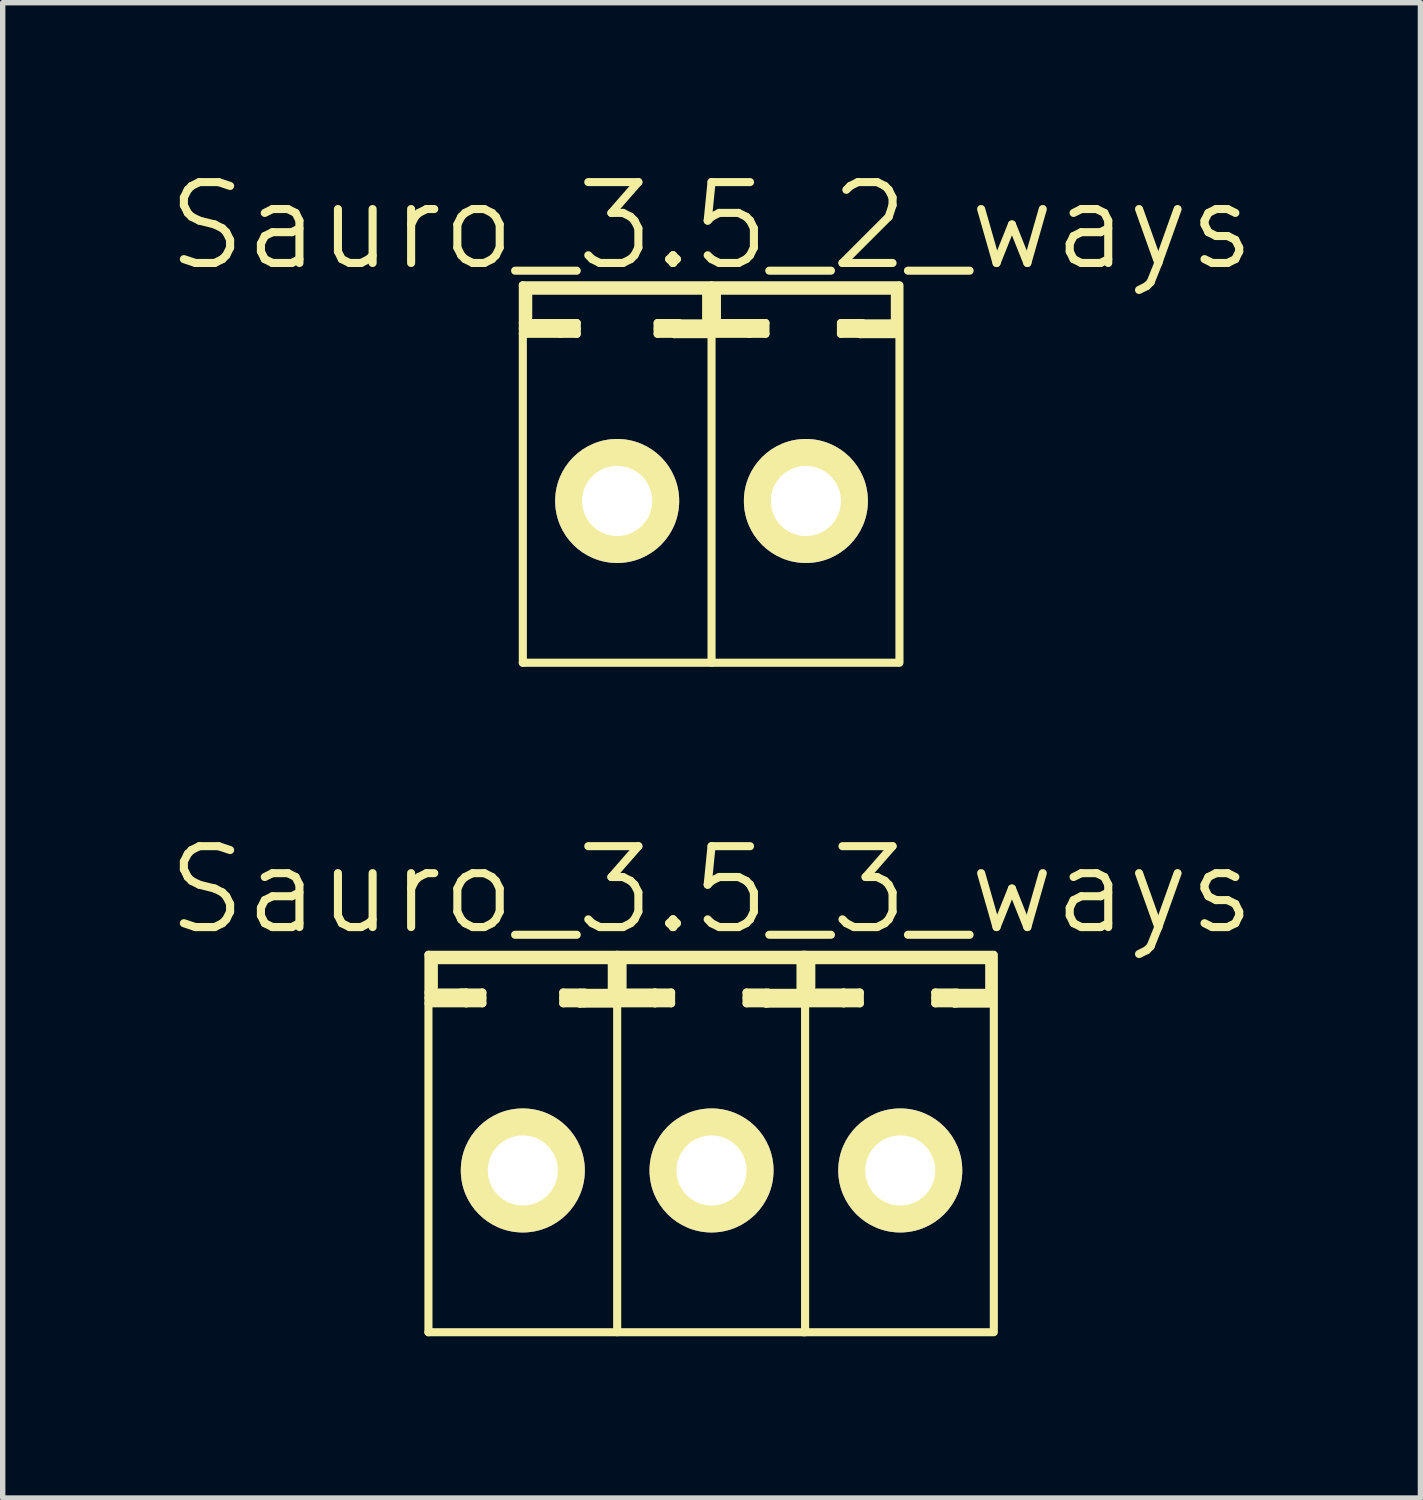
<source format=kicad_pcb>
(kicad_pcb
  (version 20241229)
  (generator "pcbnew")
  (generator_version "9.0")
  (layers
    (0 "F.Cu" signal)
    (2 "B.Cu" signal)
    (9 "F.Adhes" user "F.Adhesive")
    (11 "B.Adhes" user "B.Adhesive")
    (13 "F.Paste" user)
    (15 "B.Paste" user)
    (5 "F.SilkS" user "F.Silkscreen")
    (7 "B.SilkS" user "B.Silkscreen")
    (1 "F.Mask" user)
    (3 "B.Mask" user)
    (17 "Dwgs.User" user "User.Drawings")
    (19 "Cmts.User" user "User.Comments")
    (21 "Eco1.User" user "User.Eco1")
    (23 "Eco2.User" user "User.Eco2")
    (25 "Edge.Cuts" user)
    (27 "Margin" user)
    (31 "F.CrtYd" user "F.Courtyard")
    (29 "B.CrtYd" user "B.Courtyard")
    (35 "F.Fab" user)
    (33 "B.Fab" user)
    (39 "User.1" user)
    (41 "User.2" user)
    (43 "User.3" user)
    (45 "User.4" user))
  (footprint "Sauro_3.5_3_ways"
    (layer "F.Cu")
    (at 10.146 18.657)
    (property "Reference" "Sauro_3.5_3_ways" (at 0 -5.2 0) (layer "F.SilkS") (effects (font (size 1.5 1.5) (thickness 0.15))))
    (attr through_hole)
    (fp_line (start -5.25 -4) (end 1.71 -4) (stroke (width 0.15) (type solid)) (layer "F.SilkS"))
    (fp_line (start -5.25 -3.2) (end -4.55 -3.2) (stroke (width 0.15) (type solid)) (layer "F.SilkS"))
    (fp_line (start -5.25 -3.1) (end -4.55 -3.1) (stroke (width 0.15) (type solid)) (layer "F.SilkS"))
    (fp_line (start -5.25 3) (end -5.25 -4) (stroke (width 0.15) (type solid)) (layer "F.SilkS"))
    (fp_line (start -5.25 3) (end 1.71 3) (stroke (width 0.15) (type solid)) (layer "F.SilkS"))
    (fp_line (start -5.15 -3.9) (end -1.85 -3.9) (stroke (width 0.15) (type solid)) (layer "F.SilkS"))
    (fp_line (start -5.15 -3.4) (end -5.15 -3.9) (stroke (width 0.15) (type solid)) (layer "F.SilkS"))
    (fp_line (start -4.65 -3.3) (end -4.25 -3.3) (stroke (width 0.15) (type solid)) (layer "F.SilkS"))
    (fp_line (start -4.55 -3.3) (end -5.25 -3.3) (stroke (width 0.15) (type solid)) (layer "F.SilkS"))
    (fp_line (start -4.55 -3.2) (end -4.25 -3.2) (stroke (width 0.15) (type solid)) (layer "F.SilkS"))
    (fp_line (start -4.55 -3.1) (end -4.55 -3.3) (stroke (width 0.15) (type solid)) (layer "F.SilkS"))
    (fp_line (start -4.25 -3.3) (end -4.25 -3.1) (stroke (width 0.15) (type solid)) (layer "F.SilkS"))
    (fp_line (start -4.25 -3.1) (end -4.55 -3.1) (stroke (width 0.15) (type solid)) (layer "F.SilkS"))
    (fp_line (start -2.75 -3.3) (end -2.75 -3.1) (stroke (width 0.15) (type solid)) (layer "F.SilkS"))
    (fp_line (start -2.75 -3.2) (end -2.35 -3.2) (stroke (width 0.15) (type solid)) (layer "F.SilkS"))
    (fp_line (start -2.75 -3.1) (end -2.35 -3.1) (stroke (width 0.15) (type solid)) (layer "F.SilkS"))
    (fp_line (start -2.441 -3.294) (end -2.441 -3.094) (stroke (width 0.15) (type solid)) (layer "F.SilkS"))
    (fp_line (start -2.441 -3.094) (end -1.741 -3.094) (stroke (width 0.15) (type solid)) (layer "F.SilkS"))
    (fp_line (start -2.35 -3.3) (end -2.75 -3.3) (stroke (width 0.15) (type solid)) (layer "F.SilkS"))
    (fp_line (start -1.85 -3.9) (end -1.85 -3.3) (stroke (width 0.15) (type solid)) (layer "F.SilkS"))
    (fp_line (start -1.75 -4) (end -1.75 3) (stroke (width 0.15) (type solid)) (layer "F.SilkS"))
    (fp_line (start -1.75 -3.2) (end -1.05 -3.2) (stroke (width 0.15) (type solid)) (layer "F.SilkS"))
    (fp_line (start -1.75 -3.1) (end -1.05 -3.1) (stroke (width 0.15) (type solid)) (layer "F.SilkS"))
    (fp_line (start -1.741 -3.294) (end -2.441 -3.294) (stroke (width 0.15) (type solid)) (layer "F.SilkS"))
    (fp_line (start -1.741 -3.194) (end -2.441 -3.194) (stroke (width 0.15) (type solid)) (layer "F.SilkS"))
    (fp_line (start -1.65 -3.9) (end 1.65 -3.9) (stroke (width 0.15) (type solid)) (layer "F.SilkS"))
    (fp_line (start -1.65 -3.4) (end -1.65 -3.9) (stroke (width 0.15) (type solid)) (layer "F.SilkS"))
    (fp_line (start -1.05 -3.3) (end -1.75 -3.3) (stroke (width 0.15) (type solid)) (layer "F.SilkS"))
    (fp_line (start -1.05 -3.3) (end -0.75 -3.3) (stroke (width 0.15) (type solid)) (layer "F.SilkS"))
    (fp_line (start -1.05 -3.2) (end -0.85 -3.2) (stroke (width 0.15) (type solid)) (layer "F.SilkS"))
    (fp_line (start -1.05 -3.1) (end -1.05 -3.3) (stroke (width 0.15) (type solid)) (layer "F.SilkS"))
    (fp_line (start -0.75 -3.3) (end -0.75 -3.1) (stroke (width 0.15) (type solid)) (layer "F.SilkS"))
    (fp_line (start -0.75 -3.1) (end -1.05 -3.1) (stroke (width 0.15) (type solid)) (layer "F.SilkS"))
    (fp_line (start 0.65 -3.3) (end 0.65 -3.1) (stroke (width 0.15) (type solid)) (layer "F.SilkS"))
    (fp_line (start 0.65 -3.2) (end 1.05 -3.2) (stroke (width 0.15) (type solid)) (layer "F.SilkS"))
    (fp_line (start 0.65 -3.1) (end 1.05 -3.1) (stroke (width 0.15) (type solid)) (layer "F.SilkS"))
    (fp_line (start 1.009 -3.294) (end 1.009 -3.094) (stroke (width 0.15) (type solid)) (layer "F.SilkS"))
    (fp_line (start 1.009 -3.094) (end 1.709 -3.094) (stroke (width 0.15) (type solid)) (layer "F.SilkS"))
    (fp_line (start 1.05 -3.3) (end 0.65 -3.3) (stroke (width 0.15) (type solid)) (layer "F.SilkS"))
    (fp_line (start 1.65 -3.9) (end 1.65 -3.3) (stroke (width 0.15) (type solid)) (layer "F.SilkS"))
    (fp_line (start 1.7 -4) (end 5.2 -4) (stroke (width 0.15) (type solid)) (layer "F.SilkS"))
    (fp_line (start 1.7 3) (end 5.2 3) (stroke (width 0.15) (type solid)) (layer "F.SilkS"))
    (fp_line (start 1.709 -3.294) (end 1.009 -3.294) (stroke (width 0.15) (type solid)) (layer "F.SilkS"))
    (fp_line (start 1.709 -3.194) (end 1.009 -3.194) (stroke (width 0.15) (type solid)) (layer "F.SilkS"))
    (fp_line (start 1.735 3) (end 1.735 -4) (stroke (width 0.15) (type solid)) (layer "F.SilkS"))
    (fp_line (start 1.75 -3.2) (end 2.45 -3.2) (stroke (width 0.15) (type solid)) (layer "F.SilkS"))
    (fp_line (start 1.75 -3.1) (end 2.45 -3.1) (stroke (width 0.15) (type solid)) (layer "F.SilkS"))
    (fp_line (start 1.85 -3.9) (end 5.15 -3.9) (stroke (width 0.15) (type solid)) (layer "F.SilkS"))
    (fp_line (start 1.85 -3.4) (end 1.85 -3.9) (stroke (width 0.15) (type solid)) (layer "F.SilkS"))
    (fp_line (start 2.45 -3.3) (end 1.75 -3.3) (stroke (width 0.15) (type solid)) (layer "F.SilkS"))
    (fp_line (start 2.45 -3.3) (end 2.75 -3.3) (stroke (width 0.15) (type solid)) (layer "F.SilkS"))
    (fp_line (start 2.45 -3.2) (end 2.65 -3.2) (stroke (width 0.15) (type solid)) (layer "F.SilkS"))
    (fp_line (start 2.45 -3.1) (end 2.45 -3.3) (stroke (width 0.15) (type solid)) (layer "F.SilkS"))
    (fp_line (start 2.75 -3.3) (end 2.75 -3.1) (stroke (width 0.15) (type solid)) (layer "F.SilkS"))
    (fp_line (start 2.75 -3.1) (end 2.45 -3.1) (stroke (width 0.15) (type solid)) (layer "F.SilkS"))
    (fp_line (start 4.15 -3.3) (end 4.15 -3.1) (stroke (width 0.15) (type solid)) (layer "F.SilkS"))
    (fp_line (start 4.15 -3.2) (end 4.55 -3.2) (stroke (width 0.15) (type solid)) (layer "F.SilkS"))
    (fp_line (start 4.15 -3.1) (end 4.55 -3.1) (stroke (width 0.15) (type solid)) (layer "F.SilkS"))
    (fp_line (start 4.509 -3.294) (end 4.509 -3.094) (stroke (width 0.15) (type solid)) (layer "F.SilkS"))
    (fp_line (start 4.509 -3.094) (end 5.209 -3.094) (stroke (width 0.15) (type solid)) (layer "F.SilkS"))
    (fp_line (start 4.55 -3.3) (end 4.15 -3.3) (stroke (width 0.15) (type solid)) (layer "F.SilkS"))
    (fp_line (start 5.15 -3.9) (end 5.15 -3.3) (stroke (width 0.15) (type solid)) (layer "F.SilkS"))
    (fp_line (start 5.209 -3.294) (end 4.509 -3.294) (stroke (width 0.15) (type solid)) (layer "F.SilkS"))
    (fp_line (start 5.209 -3.194) (end 4.509 -3.194) (stroke (width 0.15) (type solid)) (layer "F.SilkS"))
    (fp_line (start 5.235 3) (end 5.235 -4) (stroke (width 0.15) (type solid)) (layer "F.SilkS"))
    (pad "1" thru_hole circle (at -3.5 0) (size 2.3 2.3) (drill 1.3) (layers "*.Cu" "*.Mask" "F.SilkS"))
    (pad "2" thru_hole circle (at 0 0) (size 2.3 2.3) (drill 1.3) (layers "*.Cu" "*.Mask" "F.SilkS"))
    (pad "3" thru_hole circle (at 3.5 0) (size 2.3 2.3) (drill 1.3) (layers "*.Cu" "*.Mask" "F.SilkS")))
  (footprint "Sauro_3.5_2_ways"
    (layer "F.Cu")
    (at 10.146 6.241)
    (property "Reference" "Sauro_3.5_2_ways" (at 0 -5.1 0) (layer "F.SilkS") (effects (font (size 1.5 1.5) (thickness 0.15))))
    (attr through_hole)
    (fp_line (start -3.5 -4) (end 3.46 -4) (stroke (width 0.15) (type solid)) (layer "F.SilkS"))
    (fp_line (start -3.5 -3.2) (end -2.8 -3.2) (stroke (width 0.15) (type solid)) (layer "F.SilkS"))
    (fp_line (start -3.5 -3.1) (end -2.8 -3.1) (stroke (width 0.15) (type solid)) (layer "F.SilkS"))
    (fp_line (start -3.5 3) (end -3.5 -4) (stroke (width 0.15) (type solid)) (layer "F.SilkS"))
    (fp_line (start -3.5 3) (end 3.46 3) (stroke (width 0.15) (type solid)) (layer "F.SilkS"))
    (fp_line (start -3.4 -3.9) (end -0.1 -3.9) (stroke (width 0.15) (type solid)) (layer "F.SilkS"))
    (fp_line (start -3.4 -3.4) (end -3.4 -3.9) (stroke (width 0.15) (type solid)) (layer "F.SilkS"))
    (fp_line (start -2.9 -3.3) (end -2.5 -3.3) (stroke (width 0.15) (type solid)) (layer "F.SilkS"))
    (fp_line (start -2.8 -3.3) (end -3.5 -3.3) (stroke (width 0.15) (type solid)) (layer "F.SilkS"))
    (fp_line (start -2.8 -3.2) (end -2.5 -3.2) (stroke (width 0.15) (type solid)) (layer "F.SilkS"))
    (fp_line (start -2.8 -3.1) (end -2.8 -3.3) (stroke (width 0.15) (type solid)) (layer "F.SilkS"))
    (fp_line (start -2.5 -3.3) (end -2.5 -3.1) (stroke (width 0.15) (type solid)) (layer "F.SilkS"))
    (fp_line (start -2.5 -3.1) (end -2.8 -3.1) (stroke (width 0.15) (type solid)) (layer "F.SilkS"))
    (fp_line (start -1 -3.3) (end -1 -3.1) (stroke (width 0.15) (type solid)) (layer "F.SilkS"))
    (fp_line (start -1 -3.2) (end -0.6 -3.2) (stroke (width 0.15) (type solid)) (layer "F.SilkS"))
    (fp_line (start -1 -3.1) (end -0.6 -3.1) (stroke (width 0.15) (type solid)) (layer "F.SilkS"))
    (fp_line (start -0.691 -3.294) (end -0.691 -3.094) (stroke (width 0.15) (type solid)) (layer "F.SilkS"))
    (fp_line (start -0.691 -3.094) (end 0.009 -3.094) (stroke (width 0.15) (type solid)) (layer "F.SilkS"))
    (fp_line (start -0.6 -3.3) (end -1 -3.3) (stroke (width 0.15) (type solid)) (layer "F.SilkS"))
    (fp_line (start -0.1 -3.9) (end -0.1 -3.3) (stroke (width 0.15) (type solid)) (layer "F.SilkS"))
    (fp_line (start 0 -4) (end 0 3) (stroke (width 0.15) (type solid)) (layer "F.SilkS"))
    (fp_line (start 0 -3.2) (end 0.7 -3.2) (stroke (width 0.15) (type solid)) (layer "F.SilkS"))
    (fp_line (start 0 -3.1) (end 0.7 -3.1) (stroke (width 0.15) (type solid)) (layer "F.SilkS"))
    (fp_line (start 0.009 -3.294) (end -0.691 -3.294) (stroke (width 0.15) (type solid)) (layer "F.SilkS"))
    (fp_line (start 0.009 -3.194) (end -0.691 -3.194) (stroke (width 0.15) (type solid)) (layer "F.SilkS"))
    (fp_line (start 0.1 -3.9) (end 3.4 -3.9) (stroke (width 0.15) (type solid)) (layer "F.SilkS"))
    (fp_line (start 0.1 -3.4) (end 0.1 -3.9) (stroke (width 0.15) (type solid)) (layer "F.SilkS"))
    (fp_line (start 0.7 -3.3) (end 0 -3.3) (stroke (width 0.15) (type solid)) (layer "F.SilkS"))
    (fp_line (start 0.7 -3.3) (end 1 -3.3) (stroke (width 0.15) (type solid)) (layer "F.SilkS"))
    (fp_line (start 0.7 -3.2) (end 0.9 -3.2) (stroke (width 0.15) (type solid)) (layer "F.SilkS"))
    (fp_line (start 0.7 -3.1) (end 0.7 -3.3) (stroke (width 0.15) (type solid)) (layer "F.SilkS"))
    (fp_line (start 1 -3.3) (end 1 -3.1) (stroke (width 0.15) (type solid)) (layer "F.SilkS"))
    (fp_line (start 1 -3.1) (end 0.7 -3.1) (stroke (width 0.15) (type solid)) (layer "F.SilkS"))
    (fp_line (start 2.4 -3.3) (end 2.4 -3.1) (stroke (width 0.15) (type solid)) (layer "F.SilkS"))
    (fp_line (start 2.4 -3.2) (end 2.8 -3.2) (stroke (width 0.15) (type solid)) (layer "F.SilkS"))
    (fp_line (start 2.4 -3.1) (end 2.8 -3.1) (stroke (width 0.15) (type solid)) (layer "F.SilkS"))
    (fp_line (start 2.759 -3.294) (end 2.759 -3.094) (stroke (width 0.15) (type solid)) (layer "F.SilkS"))
    (fp_line (start 2.759 -3.094) (end 3.459 -3.094) (stroke (width 0.15) (type solid)) (layer "F.SilkS"))
    (fp_line (start 2.8 -3.3) (end 2.4 -3.3) (stroke (width 0.15) (type solid)) (layer "F.SilkS"))
    (fp_line (start 3.4 -3.9) (end 3.4 -3.3) (stroke (width 0.15) (type solid)) (layer "F.SilkS"))
    (fp_line (start 3.459 -3.294) (end 2.759 -3.294) (stroke (width 0.15) (type solid)) (layer "F.SilkS"))
    (fp_line (start 3.459 -3.194) (end 2.759 -3.194) (stroke (width 0.15) (type solid)) (layer "F.SilkS"))
    (fp_line (start 3.485 3) (end 3.485 -4) (stroke (width 0.15) (type solid)) (layer "F.SilkS"))
    (pad "1" thru_hole circle (at -1.75 0) (size 2.3 2.3) (drill 1.3) (layers "*.Cu" "*.Mask" "F.SilkS"))
    (pad "2" thru_hole circle (at 1.75 0) (size 2.3 2.3) (drill 1.3) (layers "*.Cu" "*.Mask" "F.SilkS")))
  (gr_rect
    (start -3 -3)
    (end 23.293 24.732)
    (stroke (width 0.1) (type default))
    (fill no)
    (layer "Edge.Cuts")))
</source>
